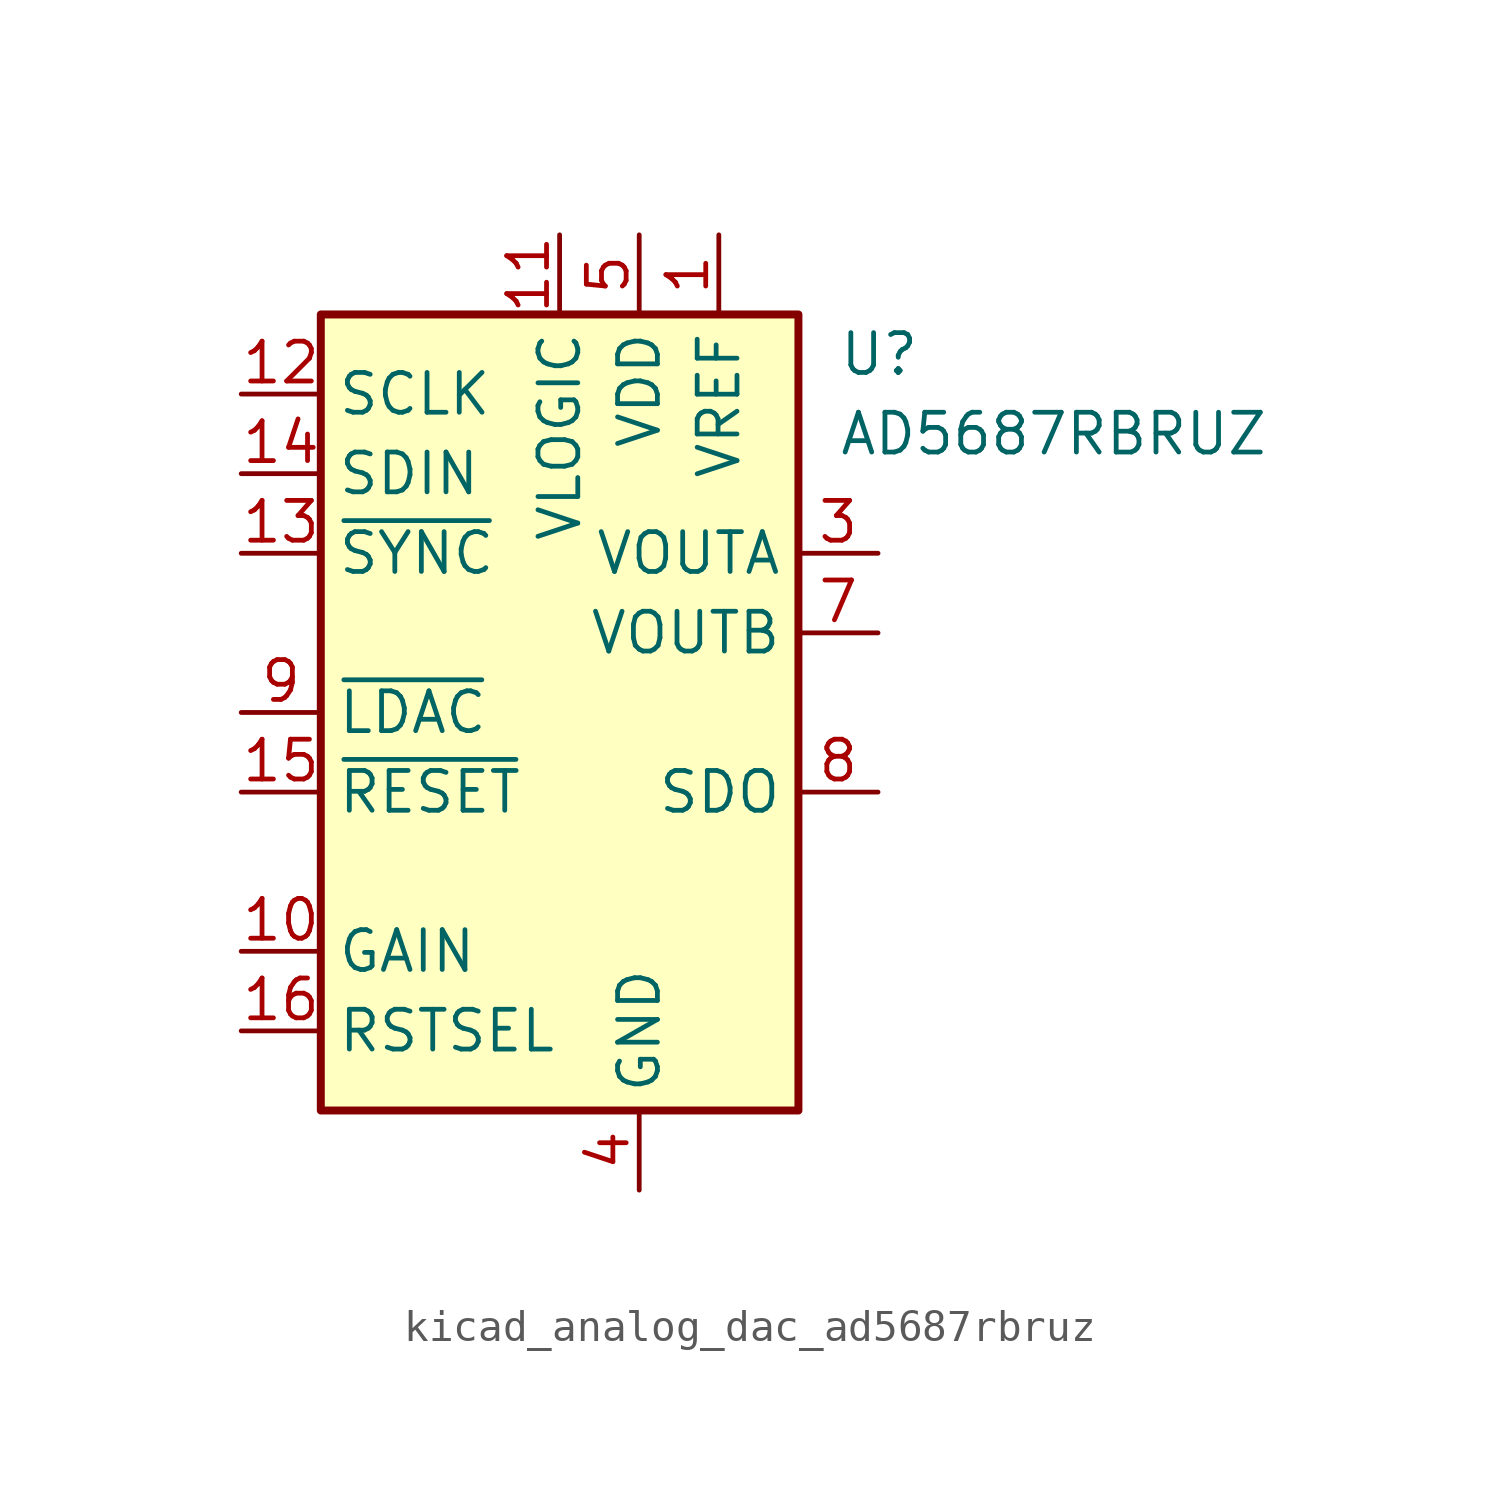
<source format=kicad_sym>
(kicad_symbol_lib
  (version 20220914)
  (generator kicad_symbol_editor)
  (symbol "kicad_analog_dac_ad5687rbruz"
    (property "Reference" "U"
      (at 8.89 11.43 0)
      (effects (font (size 1.27 1.27)) (justify left)))
    (property "Value" "AD5687RBRUZ"
      (at 8.89 8.89 0)
      (effects (font (size 1.27 1.27)) (justify left)))
    (symbol "kicad_analog_dac_ad5687rbruz_0_1"
      (rectangle (start -7.62 12.7) (end 7.62 -12.7) (stroke (width 0.254) (type default)) (fill (type background))))
    (symbol "kicad_analog_dac_ad5687rbruz_1_1"
      (pin power_in line (at 5.08 15.24 270) (length 2.54) (name "VREF" (effects (font (size 1.27 1.27)))) (number "1" (effects (font (size 1.27 1.27)))))
      (pin input line (at -10.16 -7.62 0) (length 2.54) (name "GAIN" (effects (font (size 1.27 1.27)))) (number "10" (effects (font (size 1.27 1.27)))))
      (pin power_in line (at 0 15.24 270) (length 2.54) (name "VLOGIC" (effects (font (size 1.27 1.27)))) (number "11" (effects (font (size 1.27 1.27)))))
      (pin input line (at -10.16 10.16 0) (length 2.54) (name "SCLK" (effects (font (size 1.27 1.27)))) (number "12" (effects (font (size 1.27 1.27)))))
      (pin input line (at -10.16 5.08 0) (length 2.54) (name "~{SYNC}" (effects (font (size 1.27 1.27)))) (number "13" (effects (font (size 1.27 1.27)))))
      (pin input line (at -10.16 7.62 0) (length 2.54) (name "SDIN" (effects (font (size 1.27 1.27)))) (number "14" (effects (font (size 1.27 1.27)))))
      (pin input line (at -10.16 -2.54 0) (length 2.54) (name "~{RESET}" (effects (font (size 1.27 1.27)))) (number "15" (effects (font (size 1.27 1.27)))))
      (pin input line (at -10.16 -10.16 0) (length 2.54) (name "RSTSEL" (effects (font (size 1.27 1.27)))) (number "16" (effects (font (size 1.27 1.27)))))
      (pin no_connect line (at 7.62 -5.08 180) (length 2.54) hide (name "NC" (effects (font (size 1.27 1.27)))) (number "2" (effects (font (size 1.27 1.27)))))
      (pin output line (at 10.16 5.08 180) (length 2.54) (name "VOUTA" (effects (font (size 1.27 1.27)))) (number "3" (effects (font (size 1.27 1.27)))))
      (pin power_in line (at 2.54 -15.24 90) (length 2.54) (name "GND" (effects (font (size 1.27 1.27)))) (number "4" (effects (font (size 1.27 1.27)))))
      (pin power_in line (at 2.54 15.24 270) (length 2.54) (name "VDD" (effects (font (size 1.27 1.27)))) (number "5" (effects (font (size 1.27 1.27)))))
      (pin no_connect line (at 7.62 -7.62 180) (length 2.54) hide (name "NC" (effects (font (size 1.27 1.27)))) (number "6" (effects (font (size 1.27 1.27)))))
      (pin output line (at 10.16 2.54 180) (length 2.54) (name "VOUTB" (effects (font (size 1.27 1.27)))) (number "7" (effects (font (size 1.27 1.27)))))
      (pin output line (at 10.16 -2.54 180) (length 2.54) (name "SDO" (effects (font (size 1.27 1.27)))) (number "8" (effects (font (size 1.27 1.27)))))
      (pin input line (at -10.16 0 0) (length 2.54) (name "~{LDAC}" (effects (font (size 1.27 1.27)))) (number "9" (effects (font (size 1.27 1.27))))))))
</source>
